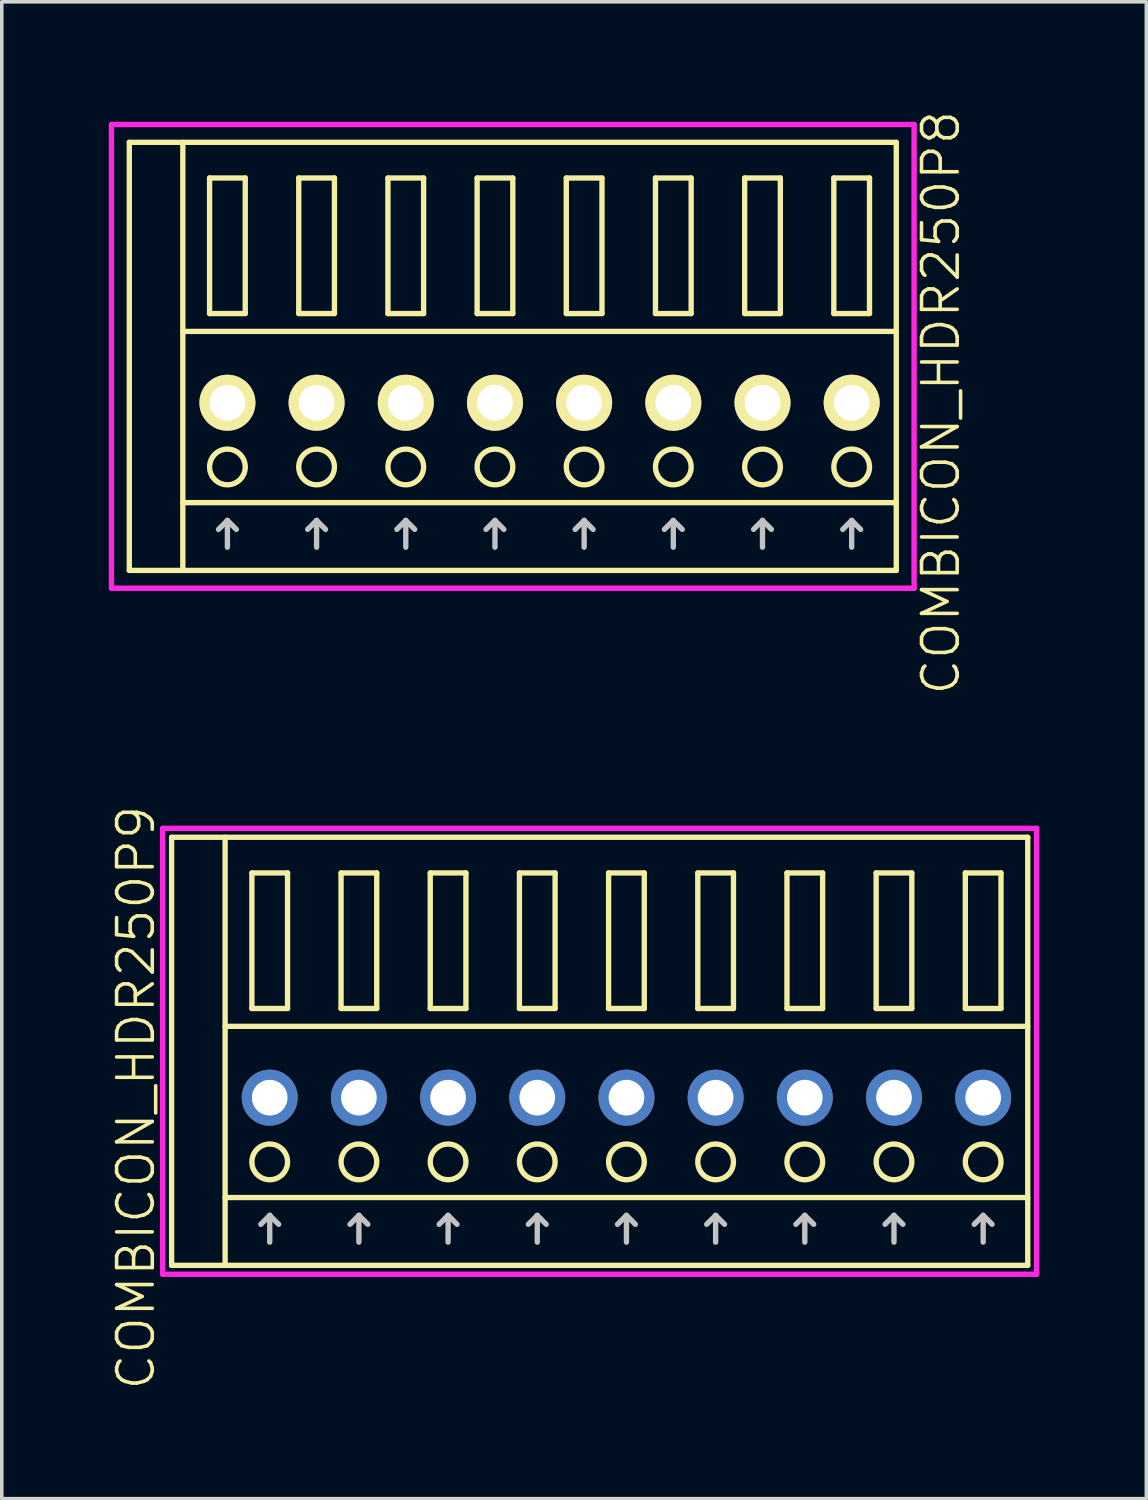
<source format=kicad_pcb>
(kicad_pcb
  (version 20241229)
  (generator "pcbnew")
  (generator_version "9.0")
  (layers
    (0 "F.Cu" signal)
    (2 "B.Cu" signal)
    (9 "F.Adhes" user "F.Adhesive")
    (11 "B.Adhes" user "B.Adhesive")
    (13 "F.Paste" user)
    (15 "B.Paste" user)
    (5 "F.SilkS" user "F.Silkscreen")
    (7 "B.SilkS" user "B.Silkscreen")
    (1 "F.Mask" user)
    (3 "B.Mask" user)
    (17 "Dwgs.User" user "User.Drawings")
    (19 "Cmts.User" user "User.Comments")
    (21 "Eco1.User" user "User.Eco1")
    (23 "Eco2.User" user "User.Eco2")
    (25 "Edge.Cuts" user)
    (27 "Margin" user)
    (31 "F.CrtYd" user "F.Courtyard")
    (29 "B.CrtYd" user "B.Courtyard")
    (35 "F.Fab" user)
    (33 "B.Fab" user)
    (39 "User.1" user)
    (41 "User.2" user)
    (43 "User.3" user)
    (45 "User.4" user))
  (footprint "COMBICON_HDR250P8"
    (layer "F.Cu")
    (at 12.075 8.24)
    (property "Reference" "COMBICON_HDR250P8" (at 11.25 0 90) (layer "F.SilkS") (effects (font (size 1 1) (thickness 0.1))))
    (attr through_hole)
    (fp_line (start -11.5 -7.3) (end -11.5 4.7) (stroke (width 0.15) (type solid)) (layer "F.SilkS"))
    (fp_line (start -11.5 4.7) (end 10 4.7) (stroke (width 0.15) (type solid)) (layer "F.SilkS"))
    (fp_line (start -10 -2) (end 10 -2) (stroke (width 0.15) (type solid)) (layer "F.SilkS"))
    (fp_line (start -10 2.8) (end 10 2.8) (stroke (width 0.15) (type solid)) (layer "F.SilkS"))
    (fp_line (start -10 4.7) (end -10 -7.3) (stroke (width 0.15) (type solid)) (layer "F.SilkS"))
    (fp_line (start -9.25 -6.3) (end -9.25 -2.5) (stroke (width 0.15) (type solid)) (layer "F.SilkS"))
    (fp_line (start -9.25 -2.5) (end -8.25 -2.5) (stroke (width 0.15) (type solid)) (layer "F.SilkS"))
    (fp_line (start -8.25 -6.3) (end -9.25 -6.3) (stroke (width 0.15) (type solid)) (layer "F.SilkS"))
    (fp_line (start -8.25 -2.5) (end -8.25 -6.3) (stroke (width 0.15) (type solid)) (layer "F.SilkS"))
    (fp_line (start -6.75 -6.3) (end -6.75 -2.5) (stroke (width 0.15) (type solid)) (layer "F.SilkS"))
    (fp_line (start -6.75 -2.5) (end -5.75 -2.5) (stroke (width 0.15) (type solid)) (layer "F.SilkS"))
    (fp_line (start -5.75 -6.3) (end -6.75 -6.3) (stroke (width 0.15) (type solid)) (layer "F.SilkS"))
    (fp_line (start -5.75 -2.5) (end -5.75 -6.3) (stroke (width 0.15) (type solid)) (layer "F.SilkS"))
    (fp_line (start -4.25 -6.3) (end -4.25 -2.5) (stroke (width 0.15) (type solid)) (layer "F.SilkS"))
    (fp_line (start -4.25 -2.5) (end -3.25 -2.5) (stroke (width 0.15) (type solid)) (layer "F.SilkS"))
    (fp_line (start -3.25 -6.3) (end -4.25 -6.3) (stroke (width 0.15) (type solid)) (layer "F.SilkS"))
    (fp_line (start -3.25 -2.5) (end -3.25 -6.3) (stroke (width 0.15) (type solid)) (layer "F.SilkS"))
    (fp_line (start -1.75 -6.3) (end -1.75 -2.5) (stroke (width 0.15) (type solid)) (layer "F.SilkS"))
    (fp_line (start -1.75 -2.5) (end -0.75 -2.5) (stroke (width 0.15) (type solid)) (layer "F.SilkS"))
    (fp_line (start -0.75 -6.3) (end -1.75 -6.3) (stroke (width 0.15) (type solid)) (layer "F.SilkS"))
    (fp_line (start -0.75 -2.5) (end -0.75 -6.3) (stroke (width 0.15) (type solid)) (layer "F.SilkS"))
    (fp_line (start 0.75 -6.3) (end 0.75 -2.5) (stroke (width 0.15) (type solid)) (layer "F.SilkS"))
    (fp_line (start 0.75 -2.5) (end 1.75 -2.5) (stroke (width 0.15) (type solid)) (layer "F.SilkS"))
    (fp_line (start 1.75 -6.3) (end 0.75 -6.3) (stroke (width 0.15) (type solid)) (layer "F.SilkS"))
    (fp_line (start 1.75 -2.5) (end 1.75 -6.3) (stroke (width 0.15) (type solid)) (layer "F.SilkS"))
    (fp_line (start 3.25 -6.3) (end 3.25 -2.5) (stroke (width 0.15) (type solid)) (layer "F.SilkS"))
    (fp_line (start 3.25 -2.5) (end 4.25 -2.5) (stroke (width 0.15) (type solid)) (layer "F.SilkS"))
    (fp_line (start 4.25 -6.3) (end 3.25 -6.3) (stroke (width 0.15) (type solid)) (layer "F.SilkS"))
    (fp_line (start 4.25 -2.5) (end 4.25 -6.3) (stroke (width 0.15) (type solid)) (layer "F.SilkS"))
    (fp_line (start 5.75 -6.3) (end 5.75 -2.5) (stroke (width 0.15) (type solid)) (layer "F.SilkS"))
    (fp_line (start 5.75 -2.5) (end 6.75 -2.5) (stroke (width 0.15) (type solid)) (layer "F.SilkS"))
    (fp_line (start 6.75 -6.3) (end 5.75 -6.3) (stroke (width 0.15) (type solid)) (layer "F.SilkS"))
    (fp_line (start 6.75 -2.5) (end 6.75 -6.3) (stroke (width 0.15) (type solid)) (layer "F.SilkS"))
    (fp_line (start 8.25 -6.3) (end 8.25 -2.5) (stroke (width 0.15) (type solid)) (layer "F.SilkS"))
    (fp_line (start 8.25 -2.5) (end 9.25 -2.5) (stroke (width 0.15) (type solid)) (layer "F.SilkS"))
    (fp_line (start 9.25 -6.3) (end 8.25 -6.3) (stroke (width 0.15) (type solid)) (layer "F.SilkS"))
    (fp_line (start 9.25 -2.5) (end 9.25 -6.3) (stroke (width 0.15) (type solid)) (layer "F.SilkS"))
    (fp_line (start 10 -7.3) (end -11.5 -7.3) (stroke (width 0.15) (type solid)) (layer "F.SilkS"))
    (fp_line (start 10 4.7) (end 10 -7.3) (stroke (width 0.15) (type solid)) (layer "F.SilkS"))
    (fp_circle (center -8.75 1.8) (end -8.25 1.8) (stroke (width 0.15) (type solid)) (fill no) (layer "F.SilkS"))
    (fp_circle (center -6.25 1.8) (end -5.75 1.8) (stroke (width 0.15) (type solid)) (fill no) (layer "F.SilkS"))
    (fp_circle (center -3.75 1.8) (end -3.25 1.8) (stroke (width 0.15) (type solid)) (fill no) (layer "F.SilkS"))
    (fp_circle (center -1.25 1.8) (end -0.75 1.8) (stroke (width 0.15) (type solid)) (fill no) (layer "F.SilkS"))
    (fp_circle (center 1.25 1.8) (end 1.75 1.8) (stroke (width 0.15) (type solid)) (fill no) (layer "F.SilkS"))
    (fp_circle (center 3.75 1.8) (end 4.25 1.8) (stroke (width 0.15) (type solid)) (fill no) (layer "F.SilkS"))
    (fp_circle (center 6.25 1.8) (end 6.75 1.8) (stroke (width 0.15) (type solid)) (fill no) (layer "F.SilkS"))
    (fp_circle (center 8.75 1.8) (end 9.25 1.8) (stroke (width 0.15) (type solid)) (fill no) (layer "F.SilkS"))
    (fp_line (start -9 3.55) (end -8.75 3.3) (stroke (width 0.15) (type solid)) (layer "Dwgs.User"))
    (fp_line (start -8.75 4.05) (end -8.75 3.3) (stroke (width 0.15) (type solid)) (layer "Dwgs.User"))
    (fp_line (start -8.5 3.55) (end -8.75 3.3) (stroke (width 0.15) (type solid)) (layer "Dwgs.User"))
    (fp_line (start -6.5 3.55) (end -6.25 3.3) (stroke (width 0.15) (type solid)) (layer "Dwgs.User"))
    (fp_line (start -6.25 4.05) (end -6.25 3.3) (stroke (width 0.15) (type solid)) (layer "Dwgs.User"))
    (fp_line (start -6 3.55) (end -6.25 3.3) (stroke (width 0.15) (type solid)) (layer "Dwgs.User"))
    (fp_line (start -4 3.55) (end -3.75 3.3) (stroke (width 0.15) (type solid)) (layer "Dwgs.User"))
    (fp_line (start -3.75 4.05) (end -3.75 3.3) (stroke (width 0.15) (type solid)) (layer "Dwgs.User"))
    (fp_line (start -3.5 3.55) (end -3.75 3.3) (stroke (width 0.15) (type solid)) (layer "Dwgs.User"))
    (fp_line (start -1.5 3.55) (end -1.25 3.3) (stroke (width 0.15) (type solid)) (layer "Dwgs.User"))
    (fp_line (start -1.25 4.05) (end -1.25 3.3) (stroke (width 0.15) (type solid)) (layer "Dwgs.User"))
    (fp_line (start -1 3.55) (end -1.25 3.3) (stroke (width 0.15) (type solid)) (layer "Dwgs.User"))
    (fp_line (start 1 3.55) (end 1.25 3.3) (stroke (width 0.15) (type solid)) (layer "Dwgs.User"))
    (fp_line (start 1.25 4.05) (end 1.25 3.3) (stroke (width 0.15) (type solid)) (layer "Dwgs.User"))
    (fp_line (start 1.5 3.55) (end 1.25 3.3) (stroke (width 0.15) (type solid)) (layer "Dwgs.User"))
    (fp_line (start 3.5 3.55) (end 3.75 3.3) (stroke (width 0.15) (type solid)) (layer "Dwgs.User"))
    (fp_line (start 3.75 4.05) (end 3.75 3.3) (stroke (width 0.15) (type solid)) (layer "Dwgs.User"))
    (fp_line (start 4 3.55) (end 3.75 3.3) (stroke (width 0.15) (type solid)) (layer "Dwgs.User"))
    (fp_line (start 6 3.55) (end 6.25 3.3) (stroke (width 0.15) (type solid)) (layer "Dwgs.User"))
    (fp_line (start 6.25 4.05) (end 6.25 3.3) (stroke (width 0.15) (type solid)) (layer "Dwgs.User"))
    (fp_line (start 6.5 3.55) (end 6.25 3.3) (stroke (width 0.15) (type solid)) (layer "Dwgs.User"))
    (fp_line (start 8.5 3.55) (end 8.75 3.3) (stroke (width 0.15) (type solid)) (layer "Dwgs.User"))
    (fp_line (start 8.75 4.05) (end 8.75 3.3) (stroke (width 0.15) (type solid)) (layer "Dwgs.User"))
    (fp_line (start 9 3.55) (end 8.75 3.3) (stroke (width 0.15) (type solid)) (layer "Dwgs.User"))
    (fp_line (start -12 -7.8) (end -12 5.2) (stroke (width 0.15) (type solid)) (layer "F.CrtYd"))
    (fp_line (start -12 5.2) (end 10.5 5.2) (stroke (width 0.15) (type solid)) (layer "F.CrtYd"))
    (fp_line (start 10.5 -7.8) (end -12 -7.8) (stroke (width 0.15) (type solid)) (layer "F.CrtYd"))
    (fp_line (start 10.5 5.2) (end 10.5 -7.8) (stroke (width 0.15) (type solid)) (layer "F.CrtYd"))
    (pad "1" thru_hole oval (at -8.75 0) (size 1.57 1.57) (drill 1) (layers "*.Cu" "*.Mask" "F.SilkS"))
    (pad "2" thru_hole oval (at -6.25 0) (size 1.57 1.57) (drill 1) (layers "*.Cu" "*.Mask" "F.SilkS"))
    (pad "3" thru_hole oval (at -3.75 0) (size 1.57 1.57) (drill 1) (layers "*.Cu" "*.Mask" "F.SilkS"))
    (pad "4" thru_hole oval (at -1.25 0) (size 1.57 1.57) (drill 1) (layers "*.Cu" "*.Mask" "F.SilkS"))
    (pad "5" thru_hole oval (at 1.25 0) (size 1.57 1.57) (drill 1) (layers "*.Cu" "*.Mask" "F.SilkS"))
    (pad "6" thru_hole oval (at 3.75 0) (size 1.57 1.57) (drill 1) (layers "*.Cu" "*.Mask" "F.SilkS"))
    (pad "7" thru_hole oval (at 6.25 0) (size 1.57 1.57) (drill 1) (layers "*.Cu" "*.Mask" "F.SilkS"))
    (pad "8" thru_hole oval (at 8.75 0) (size 1.57 1.57) (drill 1) (layers "*.Cu" "*.Mask" "F.SilkS")))
  (footprint "COMBICON_HDR250P9"
    (layer "F.Cu")
    (at 14.511 27.721)
    (property "Reference" "COMBICON_HDR250P9" (at -13.75 0 90) (layer "F.SilkS") (effects (font (size 1 1) (thickness 0.1))))
    (attr through_hole)
    (fp_line (start -12.75 -7.3) (end -12.75 4.7) (stroke (width 0.15) (type solid)) (layer "F.SilkS"))
    (fp_line (start -12.75 4.7) (end 11.25 4.7) (stroke (width 0.15) (type solid)) (layer "F.SilkS"))
    (fp_line (start -11.25 -2) (end 11.25 -2) (stroke (width 0.15) (type solid)) (layer "F.SilkS"))
    (fp_line (start -11.25 2.8) (end 11.25 2.8) (stroke (width 0.15) (type solid)) (layer "F.SilkS"))
    (fp_line (start -11.25 4.7) (end -11.25 -7.3) (stroke (width 0.15) (type solid)) (layer "F.SilkS"))
    (fp_line (start -10.5 -6.3) (end -10.5 -2.5) (stroke (width 0.15) (type solid)) (layer "F.SilkS"))
    (fp_line (start -10.5 -2.5) (end -9.5 -2.5) (stroke (width 0.15) (type solid)) (layer "F.SilkS"))
    (fp_line (start -9.5 -6.3) (end -10.5 -6.3) (stroke (width 0.15) (type solid)) (layer "F.SilkS"))
    (fp_line (start -9.5 -2.5) (end -9.5 -6.3) (stroke (width 0.15) (type solid)) (layer "F.SilkS"))
    (fp_line (start -8 -6.3) (end -8 -2.5) (stroke (width 0.15) (type solid)) (layer "F.SilkS"))
    (fp_line (start -8 -2.5) (end -7 -2.5) (stroke (width 0.15) (type solid)) (layer "F.SilkS"))
    (fp_line (start -7 -6.3) (end -8 -6.3) (stroke (width 0.15) (type solid)) (layer "F.SilkS"))
    (fp_line (start -7 -2.5) (end -7 -6.3) (stroke (width 0.15) (type solid)) (layer "F.SilkS"))
    (fp_line (start -5.5 -6.3) (end -5.5 -2.5) (stroke (width 0.15) (type solid)) (layer "F.SilkS"))
    (fp_line (start -5.5 -2.5) (end -4.5 -2.5) (stroke (width 0.15) (type solid)) (layer "F.SilkS"))
    (fp_line (start -4.5 -6.3) (end -5.5 -6.3) (stroke (width 0.15) (type solid)) (layer "F.SilkS"))
    (fp_line (start -4.5 -2.5) (end -4.5 -6.3) (stroke (width 0.15) (type solid)) (layer "F.SilkS"))
    (fp_line (start -3 -6.3) (end -3 -2.5) (stroke (width 0.15) (type solid)) (layer "F.SilkS"))
    (fp_line (start -3 -2.5) (end -2 -2.5) (stroke (width 0.15) (type solid)) (layer "F.SilkS"))
    (fp_line (start -2 -6.3) (end -3 -6.3) (stroke (width 0.15) (type solid)) (layer "F.SilkS"))
    (fp_line (start -2 -2.5) (end -2 -6.3) (stroke (width 0.15) (type solid)) (layer "F.SilkS"))
    (fp_line (start -0.5 -6.3) (end -0.5 -2.5) (stroke (width 0.15) (type solid)) (layer "F.SilkS"))
    (fp_line (start -0.5 -2.5) (end 0.5 -2.5) (stroke (width 0.15) (type solid)) (layer "F.SilkS"))
    (fp_line (start 0.5 -6.3) (end -0.5 -6.3) (stroke (width 0.15) (type solid)) (layer "F.SilkS"))
    (fp_line (start 0.5 -2.5) (end 0.5 -6.3) (stroke (width 0.15) (type solid)) (layer "F.SilkS"))
    (fp_line (start 2 -6.3) (end 2 -2.5) (stroke (width 0.15) (type solid)) (layer "F.SilkS"))
    (fp_line (start 2 -2.5) (end 3 -2.5) (stroke (width 0.15) (type solid)) (layer "F.SilkS"))
    (fp_line (start 3 -6.3) (end 2 -6.3) (stroke (width 0.15) (type solid)) (layer "F.SilkS"))
    (fp_line (start 3 -2.5) (end 3 -6.3) (stroke (width 0.15) (type solid)) (layer "F.SilkS"))
    (fp_line (start 4.5 -6.3) (end 4.5 -2.5) (stroke (width 0.15) (type solid)) (layer "F.SilkS"))
    (fp_line (start 4.5 -2.5) (end 5.5 -2.5) (stroke (width 0.15) (type solid)) (layer "F.SilkS"))
    (fp_line (start 5.5 -6.3) (end 4.5 -6.3) (stroke (width 0.15) (type solid)) (layer "F.SilkS"))
    (fp_line (start 5.5 -2.5) (end 5.5 -6.3) (stroke (width 0.15) (type solid)) (layer "F.SilkS"))
    (fp_line (start 7 -6.3) (end 7 -2.5) (stroke (width 0.15) (type solid)) (layer "F.SilkS"))
    (fp_line (start 7 -2.5) (end 8 -2.5) (stroke (width 0.15) (type solid)) (layer "F.SilkS"))
    (fp_line (start 8 -6.3) (end 7 -6.3) (stroke (width 0.15) (type solid)) (layer "F.SilkS"))
    (fp_line (start 8 -2.5) (end 8 -6.3) (stroke (width 0.15) (type solid)) (layer "F.SilkS"))
    (fp_line (start 9.5 -6.3) (end 9.5 -2.5) (stroke (width 0.15) (type solid)) (layer "F.SilkS"))
    (fp_line (start 9.5 -2.5) (end 10.5 -2.5) (stroke (width 0.15) (type solid)) (layer "F.SilkS"))
    (fp_line (start 10.5 -6.3) (end 9.5 -6.3) (stroke (width 0.15) (type solid)) (layer "F.SilkS"))
    (fp_line (start 10.5 -2.5) (end 10.5 -6.3) (stroke (width 0.15) (type solid)) (layer "F.SilkS"))
    (fp_line (start 11.25 -7.3) (end -12.75 -7.3) (stroke (width 0.15) (type solid)) (layer "F.SilkS"))
    (fp_line (start 11.25 4.7) (end 11.25 -7.3) (stroke (width 0.15) (type solid)) (layer "F.SilkS"))
    (fp_circle (center -10 1.8) (end -9.5 1.8) (stroke (width 0.15) (type solid)) (fill no) (layer "F.SilkS"))
    (fp_circle (center -7.5 1.8) (end -7 1.8) (stroke (width 0.15) (type solid)) (fill no) (layer "F.SilkS"))
    (fp_circle (center -5 1.8) (end -4.5 1.8) (stroke (width 0.15) (type solid)) (fill no) (layer "F.SilkS"))
    (fp_circle (center -2.5 1.8) (end -2 1.8) (stroke (width 0.15) (type solid)) (fill no) (layer "F.SilkS"))
    (fp_circle (center 0 1.8) (end 0.5 1.8) (stroke (width 0.15) (type solid)) (fill no) (layer "F.SilkS"))
    (fp_circle (center 2.5 1.8) (end 3 1.8) (stroke (width 0.15) (type solid)) (fill no) (layer "F.SilkS"))
    (fp_circle (center 5 1.8) (end 5.5 1.8) (stroke (width 0.15) (type solid)) (fill no) (layer "F.SilkS"))
    (fp_circle (center 7.5 1.8) (end 8 1.8) (stroke (width 0.15) (type solid)) (fill no) (layer "F.SilkS"))
    (fp_circle (center 10 1.8) (end 10.5 1.8) (stroke (width 0.15) (type solid)) (fill no) (layer "F.SilkS"))
    (fp_line (start -10.25 3.55) (end -10 3.3) (stroke (width 0.15) (type solid)) (layer "Dwgs.User"))
    (fp_line (start -10 4.05) (end -10 3.3) (stroke (width 0.15) (type solid)) (layer "Dwgs.User"))
    (fp_line (start -9.75 3.55) (end -10 3.3) (stroke (width 0.15) (type solid)) (layer "Dwgs.User"))
    (fp_line (start -7.75 3.55) (end -7.5 3.3) (stroke (width 0.15) (type solid)) (layer "Dwgs.User"))
    (fp_line (start -7.5 4.05) (end -7.5 3.3) (stroke (width 0.15) (type solid)) (layer "Dwgs.User"))
    (fp_line (start -7.25 3.55) (end -7.5 3.3) (stroke (width 0.15) (type solid)) (layer "Dwgs.User"))
    (fp_line (start -5.25 3.55) (end -5 3.3) (stroke (width 0.15) (type solid)) (layer "Dwgs.User"))
    (fp_line (start -5 4.05) (end -5 3.3) (stroke (width 0.15) (type solid)) (layer "Dwgs.User"))
    (fp_line (start -4.75 3.55) (end -5 3.3) (stroke (width 0.15) (type solid)) (layer "Dwgs.User"))
    (fp_line (start -2.75 3.55) (end -2.5 3.3) (stroke (width 0.15) (type solid)) (layer "Dwgs.User"))
    (fp_line (start -2.5 4.05) (end -2.5 3.3) (stroke (width 0.15) (type solid)) (layer "Dwgs.User"))
    (fp_line (start -2.25 3.55) (end -2.5 3.3) (stroke (width 0.15) (type solid)) (layer "Dwgs.User"))
    (fp_line (start -0.25 3.55) (end 0 3.3) (stroke (width 0.15) (type solid)) (layer "Dwgs.User"))
    (fp_line (start 0 4.05) (end 0 3.3) (stroke (width 0.15) (type solid)) (layer "Dwgs.User"))
    (fp_line (start 0.25 3.55) (end 0 3.3) (stroke (width 0.15) (type solid)) (layer "Dwgs.User"))
    (fp_line (start 2.25 3.55) (end 2.5 3.3) (stroke (width 0.15) (type solid)) (layer "Dwgs.User"))
    (fp_line (start 2.5 4.05) (end 2.5 3.3) (stroke (width 0.15) (type solid)) (layer "Dwgs.User"))
    (fp_line (start 2.75 3.55) (end 2.5 3.3) (stroke (width 0.15) (type solid)) (layer "Dwgs.User"))
    (fp_line (start 4.75 3.55) (end 5 3.3) (stroke (width 0.15) (type solid)) (layer "Dwgs.User"))
    (fp_line (start 5 4.05) (end 5 3.3) (stroke (width 0.15) (type solid)) (layer "Dwgs.User"))
    (fp_line (start 5.25 3.55) (end 5 3.3) (stroke (width 0.15) (type solid)) (layer "Dwgs.User"))
    (fp_line (start 7.25 3.55) (end 7.5 3.3) (stroke (width 0.15) (type solid)) (layer "Dwgs.User"))
    (fp_line (start 7.5 4.05) (end 7.5 3.3) (stroke (width 0.15) (type solid)) (layer "Dwgs.User"))
    (fp_line (start 7.75 3.55) (end 7.5 3.3) (stroke (width 0.15) (type solid)) (layer "Dwgs.User"))
    (fp_line (start 9.75 3.55) (end 10 3.3) (stroke (width 0.15) (type solid)) (layer "Dwgs.User"))
    (fp_line (start 10 4.05) (end 10 3.3) (stroke (width 0.15) (type solid)) (layer "Dwgs.User"))
    (fp_line (start 10.25 3.55) (end 10 3.3) (stroke (width 0.15) (type solid)) (layer "Dwgs.User"))
    (fp_line (start -13 -7.55) (end -13 4.95) (stroke (width 0.15) (type solid)) (layer "F.CrtYd"))
    (fp_line (start -13 4.95) (end 11.5 4.95) (stroke (width 0.15) (type solid)) (layer "F.CrtYd"))
    (fp_line (start 11.5 -7.55) (end -13 -7.55) (stroke (width 0.15) (type solid)) (layer "F.CrtYd"))
    (fp_line (start 11.5 4.95) (end 11.5 -7.55) (stroke (width 0.15) (type solid)) (layer "F.CrtYd"))
    (pad "1" thru_hole oval (at -10 0) (size 1.57 1.57) (drill 1) (layers "*.Cu" "*.Mask"))
    (pad "2" thru_hole oval (at -7.5 0) (size 1.57 1.57) (drill 1) (layers "*.Cu" "*.Mask"))
    (pad "3" thru_hole oval (at -5 0) (size 1.57 1.57) (drill 1) (layers "*.Cu" "*.Mask"))
    (pad "4" thru_hole oval (at -2.5 0) (size 1.57 1.57) (drill 1) (layers "*.Cu" "*.Mask"))
    (pad "5" thru_hole oval (at 0 0) (size 1.57 1.57) (drill 1) (layers "*.Cu" "*.Mask"))
    (pad "6" thru_hole oval (at 2.5 0) (size 1.57 1.57) (drill 1) (layers "*.Cu" "*.Mask"))
    (pad "7" thru_hole oval (at 5 0) (size 1.57 1.57) (drill 1) (layers "*.Cu" "*.Mask"))
    (pad "8" thru_hole oval (at 7.5 0) (size 1.57 1.57) (drill 1) (layers "*.Cu" "*.Mask"))
    (pad "9" thru_hole oval (at 10 0) (size 1.57 1.57) (drill 1) (layers "*.Cu" "*.Mask")))
  (gr_rect
    (start -3 -3)
    (end 29.085 38.962)
    (stroke (width 0.1) (type default))
    (fill no)
    (layer "Edge.Cuts")))
</source>
